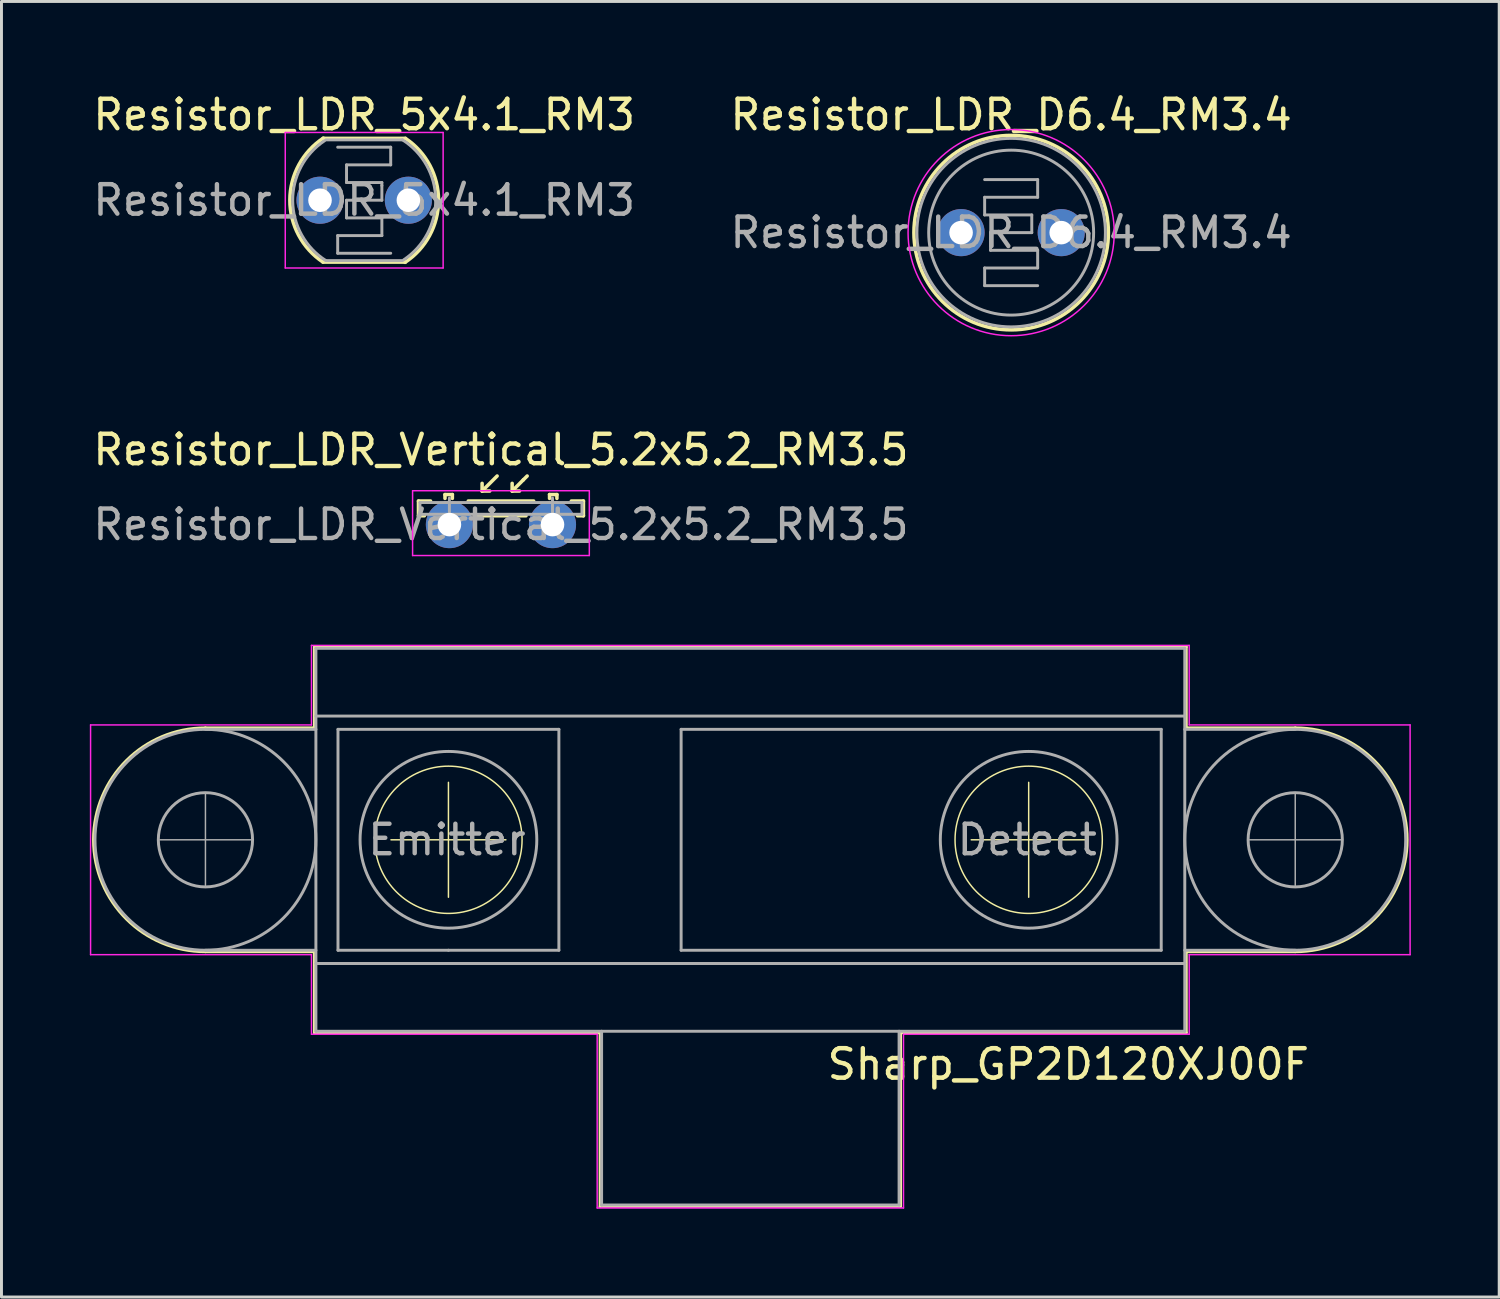
<source format=kicad_pcb>
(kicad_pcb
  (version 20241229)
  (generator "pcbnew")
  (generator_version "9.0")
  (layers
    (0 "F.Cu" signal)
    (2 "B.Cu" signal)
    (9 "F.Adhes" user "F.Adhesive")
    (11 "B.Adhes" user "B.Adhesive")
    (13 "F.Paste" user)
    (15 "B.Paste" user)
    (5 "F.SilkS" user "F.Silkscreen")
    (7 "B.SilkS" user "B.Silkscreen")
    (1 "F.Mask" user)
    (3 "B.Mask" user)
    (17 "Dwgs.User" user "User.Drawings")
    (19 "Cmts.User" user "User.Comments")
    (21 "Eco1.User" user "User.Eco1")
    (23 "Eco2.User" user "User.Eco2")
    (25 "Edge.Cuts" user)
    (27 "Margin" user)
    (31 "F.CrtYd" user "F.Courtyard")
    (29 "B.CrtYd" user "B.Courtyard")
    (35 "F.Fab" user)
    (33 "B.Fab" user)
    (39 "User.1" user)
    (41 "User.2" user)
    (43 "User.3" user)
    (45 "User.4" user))
  (footprint "Resistor_LDR_D6.4_RM3.4"
    (layer "F.Cu")
    (at 29.58 4.848)
    (property "Reference" "Resistor_LDR_D6.4_RM3.4" (at 1.7 -4 0) (layer "F.SilkS") (effects (font (size 1 1) (thickness 0.15))))
    (attr through_hole)
    (fp_circle (center 1.7 0) (end 5 -0.1) (stroke (width 0.12) (type solid)) (fill no) (layer "F.SilkS"))
    (fp_circle (center 1.7 0) (end 5.2 0) (stroke (width 0.05) (type solid)) (fill no) (layer "F.CrtYd"))
    (fp_line (start 0.8 -1.8) (end 2.6 -1.8) (stroke (width 0.1) (type solid)) (layer "F.Fab"))
    (fp_line (start 0.8 -1.2) (end 0.8 -0.6) (stroke (width 0.1) (type solid)) (layer "F.Fab"))
    (fp_line (start 0.8 1.2) (end 0.8 1.8) (stroke (width 0.1) (type solid)) (layer "F.Fab"))
    (fp_line (start 0.8 1.8) (end 2.6 1.8) (stroke (width 0.1) (type solid)) (layer "F.Fab"))
    (fp_line (start 1 0) (end 2.4 0) (stroke (width 0.1) (type solid)) (layer "F.Fab"))
    (fp_line (start 1 0.6) (end 1 0) (stroke (width 0.1) (type solid)) (layer "F.Fab"))
    (fp_line (start 2.4 -0.6) (end 0.8 -0.6) (stroke (width 0.1) (type solid)) (layer "F.Fab"))
    (fp_line (start 2.4 0) (end 2.4 -0.6) (stroke (width 0.1) (type solid)) (layer "F.Fab"))
    (fp_line (start 2.6 -1.8) (end 2.6 -1.2) (stroke (width 0.1) (type solid)) (layer "F.Fab"))
    (fp_line (start 2.6 -1.2) (end 0.8 -1.2) (stroke (width 0.1) (type solid)) (layer "F.Fab"))
    (fp_line (start 2.6 0.6) (end 1 0.6) (stroke (width 0.1) (type solid)) (layer "F.Fab"))
    (fp_line (start 2.6 0.6) (end 2.6 1.2) (stroke (width 0.1) (type solid)) (layer "F.Fab"))
    (fp_line (start 2.6 1.2) (end 0.8 1.2) (stroke (width 0.1) (type solid)) (layer "F.Fab"))
    (fp_circle (center 1.7 0) (end 4.5 0) (stroke (width 0.1) (type solid)) (fill no) (layer "F.Fab"))
    (fp_circle (center 1.7 0) (end 4.9 0) (stroke (width 0.1) (type solid)) (fill no) (layer "F.Fab"))
    (fp_text user "${REFERENCE}" (at 1.7 0 0) (layer "F.Fab") (effects (font (size 1 1) (thickness 0.15))))
    (pad "1" thru_hole circle (at 0 0) (size 1.6 1.6) (drill 0.8) (layers "*.Cu" "*.Mask"))
    (pad "2" thru_hole circle (at 3.4 0) (size 1.6 1.6) (drill 0.8) (layers "*.Cu" "*.Mask")))
  (footprint "Sharp_GP2D120XJ00F"
    (layer "F.Cu")
    (at 22.425 25.462)
    (property "Reference" "Sharp_GP2D120XJ00F" (at 10.795 7.62 0) (layer "F.SilkS") (effects (font (size 1 1) (thickness 0.15))))
    (attr exclude_from_pos_files exclude_from_bom)
    (fp_line (start -18.5 -3.8) (end -14.8 -3.8) (stroke (width 0.1) (type solid)) (layer "F.SilkS"))
    (fp_line (start -14.8 -6.55) (end 14.8 -6.55) (stroke (width 0.1) (type solid)) (layer "F.SilkS"))
    (fp_line (start -14.8 -3.8) (end -14.8 -6.55) (stroke (width 0.1) (type solid)) (layer "F.SilkS"))
    (fp_line (start -14.8 3.8) (end -18.5 3.8) (stroke (width 0.1) (type solid)) (layer "F.SilkS"))
    (fp_line (start -14.8 6.55) (end -14.8 3.8) (stroke (width 0.1) (type solid)) (layer "F.SilkS"))
    (fp_line (start -12.2 0) (end -8.3 0) (stroke (width 0.05) (type solid)) (layer "F.SilkS"))
    (fp_line (start -10.25 -1.95) (end -10.25 1.95) (stroke (width 0.05) (type solid)) (layer "F.SilkS"))
    (fp_line (start -5.1 6.55) (end -14.8 6.55) (stroke (width 0.1) (type solid)) (layer "F.SilkS"))
    (fp_line (start -5.1 12.45) (end -5.1 6.55) (stroke (width 0.1) (type solid)) (layer "F.SilkS"))
    (fp_line (start 5.1 6.55) (end 5.1 12.45) (stroke (width 0.1) (type solid)) (layer "F.SilkS"))
    (fp_line (start 5.1 12.45) (end -5.1 12.45) (stroke (width 0.1) (type solid)) (layer "F.SilkS"))
    (fp_line (start 7.5 0) (end 11.4 0) (stroke (width 0.05) (type solid)) (layer "F.SilkS"))
    (fp_line (start 9.45 -1.95) (end 9.45 1.95) (stroke (width 0.05) (type solid)) (layer "F.SilkS"))
    (fp_line (start 14.8 -6.55) (end 14.8 -3.8) (stroke (width 0.1) (type solid)) (layer "F.SilkS"))
    (fp_line (start 14.8 -3.8) (end 18.5 -3.8) (stroke (width 0.1) (type solid)) (layer "F.SilkS"))
    (fp_line (start 14.8 3.8) (end 14.8 6.55) (stroke (width 0.1) (type solid)) (layer "F.SilkS"))
    (fp_line (start 14.8 6.55) (end 5.1 6.55) (stroke (width 0.1) (type solid)) (layer "F.SilkS"))
    (fp_line (start 18.5 3.8) (end 14.8 3.8) (stroke (width 0.1) (type solid)) (layer "F.SilkS"))
    (fp_arc (start -18.5 3.8) (mid -22.3 0) (end -18.5 -3.8) (stroke (width 0.1) (type solid)) (layer "F.SilkS"))
    (fp_arc (start 18.5 -3.8) (mid 22.3 0) (end 18.5 3.8) (stroke (width 0.1) (type solid)) (layer "F.SilkS"))
    (fp_circle (center -10.25 0) (end -7.75 0) (stroke (width 0.05) (type solid)) (fill no) (layer "F.SilkS"))
    (fp_circle (center 9.45 0) (end 11.95 0) (stroke (width 0.05) (type solid)) (fill no) (layer "F.SilkS"))
    (fp_line (start -22.4 -3.9) (end -14.9 -3.9) (stroke (width 0.05) (type solid)) (layer "F.CrtYd"))
    (fp_line (start -22.4 3.9) (end -22.4 -3.9) (stroke (width 0.05) (type solid)) (layer "F.CrtYd"))
    (fp_line (start -14.9 -6.6) (end 14.9 -6.6) (stroke (width 0.05) (type solid)) (layer "F.CrtYd"))
    (fp_line (start -14.9 -3.9) (end -14.9 -6.6) (stroke (width 0.05) (type solid)) (layer "F.CrtYd"))
    (fp_line (start -14.9 3.9) (end -22.4 3.9) (stroke (width 0.05) (type solid)) (layer "F.CrtYd"))
    (fp_line (start -14.9 6.6) (end -14.9 3.9) (stroke (width 0.05) (type solid)) (layer "F.CrtYd"))
    (fp_line (start -5.2 6.6) (end -14.9 6.6) (stroke (width 0.05) (type solid)) (layer "F.CrtYd"))
    (fp_line (start -5.2 12.5) (end -5.2 6.6) (stroke (width 0.05) (type solid)) (layer "F.CrtYd"))
    (fp_line (start 5.2 6.6) (end 5.2 12.5) (stroke (width 0.05) (type solid)) (layer "F.CrtYd"))
    (fp_line (start 5.2 12.5) (end -5.2 12.5) (stroke (width 0.05) (type solid)) (layer "F.CrtYd"))
    (fp_line (start 14.9 -6.6) (end 14.9 -3.9) (stroke (width 0.05) (type solid)) (layer "F.CrtYd"))
    (fp_line (start 14.9 -3.9) (end 22.4 -3.9) (stroke (width 0.05) (type solid)) (layer "F.CrtYd"))
    (fp_line (start 14.9 3.9) (end 14.9 6.6) (stroke (width 0.05) (type solid)) (layer "F.CrtYd"))
    (fp_line (start 14.9 6.6) (end 5.2 6.6) (stroke (width 0.05) (type solid)) (layer "F.CrtYd"))
    (fp_line (start 22.4 -3.9) (end 22.4 3.9) (stroke (width 0.05) (type solid)) (layer "F.CrtYd"))
    (fp_line (start 22.4 3.9) (end 14.9 3.9) (stroke (width 0.05) (type solid)) (layer "F.CrtYd"))
    (fp_line (start -20.05 0) (end -16.95 0) (stroke (width 0.05) (type solid)) (layer "F.Fab"))
    (fp_line (start -18.5 -3.75) (end -14.75 -3.75) (stroke (width 0.1) (type solid)) (layer "F.Fab"))
    (fp_line (start -18.5 -1.55) (end -18.5 1.55) (stroke (width 0.05) (type solid)) (layer "F.Fab"))
    (fp_line (start -18.5 3.75) (end -14.75 3.75) (stroke (width 0.1) (type solid)) (layer "F.Fab"))
    (fp_line (start -14.75 -6.5) (end 14.75 -6.5) (stroke (width 0.1) (type solid)) (layer "F.Fab"))
    (fp_line (start -14.75 -4.2) (end 14.75 -4.2) (stroke (width 0.1) (type solid)) (layer "F.Fab"))
    (fp_line (start -14.75 6.5) (end -14.75 -6.5) (stroke (width 0.1) (type solid)) (layer "F.Fab"))
    (fp_line (start -14 -3.75) (end -6.5 -3.75) (stroke (width 0.1) (type solid)) (layer "F.Fab"))
    (fp_line (start -14 3.75) (end -14 -3.75) (stroke (width 0.1) (type solid)) (layer "F.Fab"))
    (fp_line (start -10.25 3.75) (end -14 3.75) (stroke (width 0.1) (type solid)) (layer "F.Fab"))
    (fp_line (start -6.5 -3.75) (end -6.5 3.75) (stroke (width 0.1) (type solid)) (layer "F.Fab"))
    (fp_line (start -6.5 3.75) (end -10.25 3.75) (stroke (width 0.1) (type solid)) (layer "F.Fab"))
    (fp_line (start -5.05 12.4) (end -5.05 6.5) (stroke (width 0.1) (type solid)) (layer "F.Fab"))
    (fp_line (start -2.35 -3.75) (end -2.35 3.75) (stroke (width 0.1) (type solid)) (layer "F.Fab"))
    (fp_line (start -2.35 3.75) (end 13.95 3.75) (stroke (width 0.1) (type solid)) (layer "F.Fab"))
    (fp_line (start 5.05 12.4) (end -5.05 12.4) (stroke (width 0.1) (type solid)) (layer "F.Fab"))
    (fp_line (start 5.05 12.4) (end 5.05 6.5) (stroke (width 0.1) (type solid)) (layer "F.Fab"))
    (fp_line (start 13.95 -3.75) (end -2.35 -3.75) (stroke (width 0.1) (type solid)) (layer "F.Fab"))
    (fp_line (start 13.95 3.75) (end 13.95 -3.75) (stroke (width 0.1) (type solid)) (layer "F.Fab"))
    (fp_line (start 14.75 -6.5) (end 14.75 6.5) (stroke (width 0.1) (type solid)) (layer "F.Fab"))
    (fp_line (start 14.75 4.2) (end -14.75 4.2) (stroke (width 0.1) (type solid)) (layer "F.Fab"))
    (fp_line (start 14.75 6.5) (end -14.75 6.5) (stroke (width 0.1) (type solid)) (layer "F.Fab"))
    (fp_line (start 16.95 0) (end 20.05 0) (stroke (width 0.05) (type solid)) (layer "F.Fab"))
    (fp_line (start 18.5 -3.75) (end 14.75 -3.75) (stroke (width 0.1) (type solid)) (layer "F.Fab"))
    (fp_line (start 18.5 -1.55) (end 18.5 1.55) (stroke (width 0.05) (type solid)) (layer "F.Fab"))
    (fp_line (start 18.5 3.75) (end 14.75 3.75) (stroke (width 0.1) (type solid)) (layer "F.Fab"))
    (fp_circle (center -18.5 0) (end -22.25 0) (stroke (width 0.1) (type solid)) (fill no) (layer "F.Fab"))
    (fp_circle (center -18.5 0) (end -20.1 0) (stroke (width 0.1) (type solid)) (fill no) (layer "F.Fab"))
    (fp_circle (center -10.25 0) (end -7.25 0) (stroke (width 0.1) (type solid)) (fill no) (layer "F.Fab"))
    (fp_circle (center 9.45 0) (end 12.45 0) (stroke (width 0.1) (type solid)) (fill no) (layer "F.Fab"))
    (fp_circle (center 18.5 0) (end 20.1 0) (stroke (width 0.1) (type solid)) (fill no) (layer "F.Fab"))
    (fp_circle (center 18.5 0) (end 22.25 0) (stroke (width 0.1) (type solid)) (fill no) (layer "F.Fab"))
    (fp_text user "Detect" (at 9.4 0 0) (layer "F.Fab") (effects (font (size 1 1) (thickness 0.15))))
    (fp_text user "Emitter" (at -10.3 0 0) (layer "F.Fab") (effects (font (size 1 1) (thickness 0.15)))))
  (footprint "Resistor_LDR_Vertical_5.2x5.2_RM3.5"
    (layer "F.Cu")
    (at 12.208 14.761)
    (property "Reference" "Resistor_LDR_Vertical_5.2x5.2_RM3.5" (at 1.75 -2.54 0) (layer "F.SilkS") (effects (font (size 1 1) (thickness 0.15))))
    (attr through_hole)
    (fp_line (start -1.05 -0.8) (end -1.05 -0.3) (stroke (width 0.12) (type solid)) (layer "F.SilkS"))
    (fp_line (start -1.05 -0.3) (end -0.85 -0.3) (stroke (width 0.12) (type solid)) (layer "F.SilkS"))
    (fp_line (start -0.64 -0.8) (end -1.05 -0.8) (stroke (width 0.12) (type solid)) (layer "F.SilkS"))
    (fp_line (start -0.15 -1.02) (end -0.15 -0.89) (stroke (width 0.12) (type solid)) (layer "F.SilkS"))
    (fp_line (start -0.15 -1.02) (end 0.1 -1.02) (stroke (width 0.12) (type solid)) (layer "F.SilkS"))
    (fp_line (start 0.1 -1.02) (end 0.1 -0.89) (stroke (width 0.12) (type solid)) (layer "F.SilkS"))
    (fp_line (start 0.85 -0.3) (end 2.6 -0.3) (stroke (width 0.12) (type solid)) (layer "F.SilkS"))
    (fp_line (start 1.11 -1.14) (end 1.11 -1.4) (stroke (width 0.12) (type solid)) (layer "F.SilkS"))
    (fp_line (start 1.11 -1.14) (end 1.37 -1.14) (stroke (width 0.12) (type solid)) (layer "F.SilkS"))
    (fp_line (start 1.62 -1.65) (end 1.11 -1.14) (stroke (width 0.12) (type solid)) (layer "F.SilkS"))
    (fp_line (start 2.13 -1.14) (end 2.13 -1.4) (stroke (width 0.12) (type solid)) (layer "F.SilkS"))
    (fp_line (start 2.13 -1.14) (end 2.38 -1.14) (stroke (width 0.12) (type solid)) (layer "F.SilkS"))
    (fp_line (start 2.51 -1.52) (end 2.13 -1.14) (stroke (width 0.12) (type solid)) (layer "F.SilkS"))
    (fp_line (start 2.51 -1.52) (end 2.64 -1.65) (stroke (width 0.12) (type solid)) (layer "F.SilkS"))
    (fp_line (start 2.86 -0.8) (end 0.64 -0.8) (stroke (width 0.12) (type solid)) (layer "F.SilkS"))
    (fp_line (start 3.4 -1.02) (end 3.4 -0.89) (stroke (width 0.12) (type solid)) (layer "F.SilkS"))
    (fp_line (start 3.4 -1.02) (end 3.65 -1.02) (stroke (width 0.12) (type solid)) (layer "F.SilkS"))
    (fp_line (start 3.65 -1.02) (end 3.65 -0.89) (stroke (width 0.12) (type solid)) (layer "F.SilkS"))
    (fp_line (start 4.35 -0.3) (end 4.55 -0.3) (stroke (width 0.12) (type solid)) (layer "F.SilkS"))
    (fp_line (start 4.55 -0.8) (end 4.14 -0.8) (stroke (width 0.12) (type solid)) (layer "F.SilkS"))
    (fp_line (start 4.55 -0.3) (end 4.55 -0.8) (stroke (width 0.12) (type solid)) (layer "F.SilkS"))
    (fp_line (start -1.25 -1.15) (end -1.25 1.05) (stroke (width 0.05) (type solid)) (layer "F.CrtYd"))
    (fp_line (start -1.25 -1.15) (end 4.75 -1.15) (stroke (width 0.05) (type solid)) (layer "F.CrtYd"))
    (fp_line (start 4.75 1.05) (end -1.25 1.05) (stroke (width 0.05) (type solid)) (layer "F.CrtYd"))
    (fp_line (start 4.75 1.05) (end 4.75 -1.15) (stroke (width 0.05) (type solid)) (layer "F.CrtYd"))
    (fp_line (start -1 -0.75) (end 4.5 -0.75) (stroke (width 0.1) (type solid)) (layer "F.Fab"))
    (fp_line (start -1 -0.35) (end -1 -0.75) (stroke (width 0.1) (type solid)) (layer "F.Fab"))
    (fp_line (start 0 0) (end 0 -0.9) (stroke (width 0.1) (type solid)) (layer "F.Fab"))
    (fp_line (start 3.5 0) (end 3.5 -0.9) (stroke (width 0.1) (type solid)) (layer "F.Fab"))
    (fp_line (start 4.5 -0.75) (end 4.5 -0.35) (stroke (width 0.1) (type solid)) (layer "F.Fab"))
    (fp_line (start 4.5 -0.35) (end -1 -0.35) (stroke (width 0.1) (type solid)) (layer "F.Fab"))
    (fp_text user "${REFERENCE}" (at 1.75 0 0) (layer "F.Fab") (effects (font (size 1 1) (thickness 0.15))))
    (pad "1" thru_hole circle (at 0 0) (size 1.6 1.6) (drill 0.8) (layers "*.Cu" "*.Mask"))
    (pad "2" thru_hole circle (at 3.5 0) (size 1.6 1.6) (drill 0.8) (layers "*.Cu" "*.Mask")))
  (footprint "Resistor_LDR_5x4.1_RM3"
    (layer "F.Cu")
    (at 7.815 3.748)
    (property "Reference" "Resistor_LDR_5x4.1_RM3" (at 1.5 -2.9 0) (layer "F.SilkS") (effects (font (size 1 1) (thickness 0.15))))
    (attr through_hole)
    (fp_line (start 0.1 -2.1) (end 2.9 -2.1) (stroke (width 0.12) (type solid)) (layer "F.SilkS"))
    (fp_line (start 0.1 2.1) (end 2.9 2.1) (stroke (width 0.12) (type solid)) (layer "F.SilkS"))
    (fp_arc (start 0.1 2.1) (mid -1.023872 -0.008372) (end 0.113963 -2.109242) (stroke (width 0.12) (type solid)) (layer "F.SilkS"))
    (fp_arc (start 2.9 -2.1) (mid 4.023872 0.008372) (end 2.886037 2.109242) (stroke (width 0.12) (type solid)) (layer "F.SilkS"))
    (fp_line (start -1.18 -2.3) (end -1.18 2.3) (stroke (width 0.05) (type solid)) (layer "F.CrtYd"))
    (fp_line (start -1.18 -2.3) (end 4.18 -2.3) (stroke (width 0.05) (type solid)) (layer "F.CrtYd"))
    (fp_line (start 4.18 2.3) (end -1.18 2.3) (stroke (width 0.05) (type solid)) (layer "F.CrtYd"))
    (fp_line (start 4.18 2.3) (end 4.18 -2.3) (stroke (width 0.05) (type solid)) (layer "F.CrtYd"))
    (fp_line (start 0.2 -2.05) (end 2.8 -2.05) (stroke (width 0.1) (type solid)) (layer "F.Fab"))
    (fp_line (start 0.6 -1.8) (end 2.4 -1.8) (stroke (width 0.1) (type solid)) (layer "F.Fab"))
    (fp_line (start 0.6 1.2) (end 0.6 1.8) (stroke (width 0.1) (type solid)) (layer "F.Fab"))
    (fp_line (start 0.6 1.2) (end 2.1 1.2) (stroke (width 0.1) (type solid)) (layer "F.Fab"))
    (fp_line (start 0.6 1.8) (end 2.4 1.8) (stroke (width 0.1) (type solid)) (layer "F.Fab"))
    (fp_line (start 0.9 -1.2) (end 2.4 -1.2) (stroke (width 0.1) (type solid)) (layer "F.Fab"))
    (fp_line (start 0.9 -0.6) (end 0.9 -1.2) (stroke (width 0.1) (type solid)) (layer "F.Fab"))
    (fp_line (start 0.9 0) (end 2.1 0) (stroke (width 0.1) (type solid)) (layer "F.Fab"))
    (fp_line (start 0.9 0.6) (end 0.9 0) (stroke (width 0.1) (type solid)) (layer "F.Fab"))
    (fp_line (start 2.1 -0.6) (end 0.9 -0.6) (stroke (width 0.1) (type solid)) (layer "F.Fab"))
    (fp_line (start 2.1 -0.5) (end 2.1 -0.6) (stroke (width 0.1) (type solid)) (layer "F.Fab"))
    (fp_line (start 2.1 0) (end 2.1 -0.5) (stroke (width 0.1) (type solid)) (layer "F.Fab"))
    (fp_line (start 2.1 0.6) (end 0.9 0.6) (stroke (width 0.1) (type solid)) (layer "F.Fab"))
    (fp_line (start 2.1 1.2) (end 2.1 0.6) (stroke (width 0.1) (type solid)) (layer "F.Fab"))
    (fp_line (start 2.4 -1.8) (end 2.4 -1.2) (stroke (width 0.1) (type solid)) (layer "F.Fab"))
    (fp_line (start 2.8 2.05) (end 0.2 2.05) (stroke (width 0.1) (type solid)) (layer "F.Fab"))
    (fp_arc (start 0.2 2.05) (mid -0.927305 0.026239) (end 0.155989 -2.021419) (stroke (width 0.1) (type solid)) (layer "F.Fab"))
    (fp_arc (start 2.8 -2.05) (mid 3.927305 -0.026239) (end 2.844011 2.021419) (stroke (width 0.1) (type solid)) (layer "F.Fab"))
    (fp_text user "${REFERENCE}" (at 1.5 0 0) (layer "F.Fab") (effects (font (size 1 1) (thickness 0.15))))
    (pad "1" thru_hole circle (at 0 0) (size 1.6 1.6) (drill 0.8) (layers "*.Cu" "*.Mask"))
    (pad "2" thru_hole circle (at 3 0) (size 1.6 1.6) (drill 0.8) (layers "*.Cu" "*.Mask")))
  (gr_rect
    (start -3 -3)
    (end 47.85 40.986)
    (stroke (width 0.1) (type default))
    (fill no)
    (layer "Edge.Cuts")))
</source>
